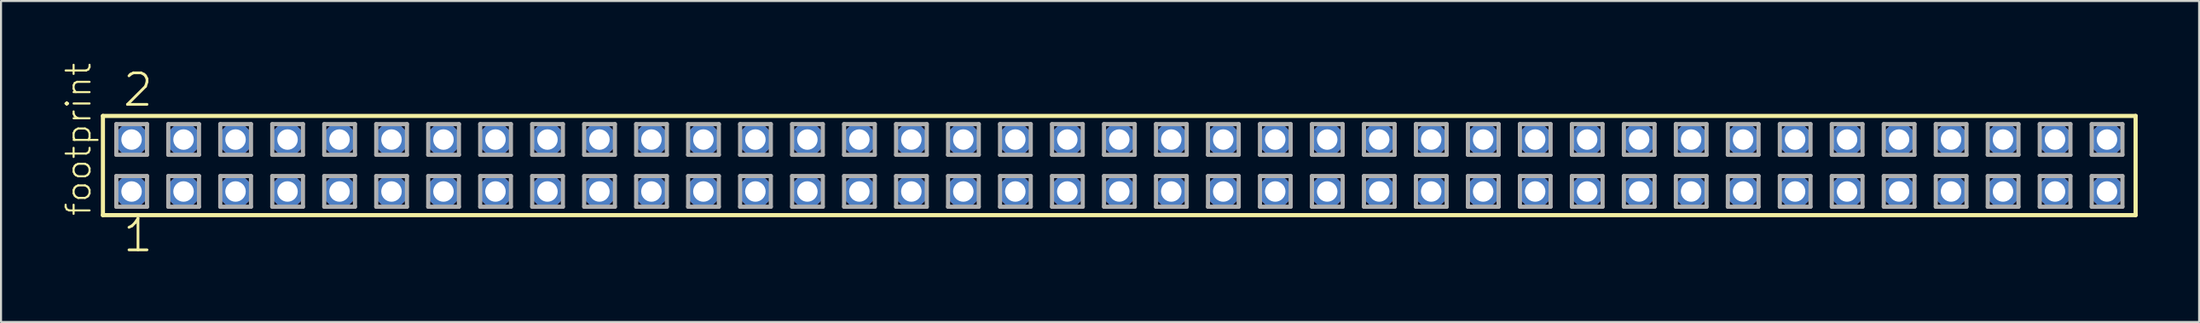
<source format=kicad_pcb>
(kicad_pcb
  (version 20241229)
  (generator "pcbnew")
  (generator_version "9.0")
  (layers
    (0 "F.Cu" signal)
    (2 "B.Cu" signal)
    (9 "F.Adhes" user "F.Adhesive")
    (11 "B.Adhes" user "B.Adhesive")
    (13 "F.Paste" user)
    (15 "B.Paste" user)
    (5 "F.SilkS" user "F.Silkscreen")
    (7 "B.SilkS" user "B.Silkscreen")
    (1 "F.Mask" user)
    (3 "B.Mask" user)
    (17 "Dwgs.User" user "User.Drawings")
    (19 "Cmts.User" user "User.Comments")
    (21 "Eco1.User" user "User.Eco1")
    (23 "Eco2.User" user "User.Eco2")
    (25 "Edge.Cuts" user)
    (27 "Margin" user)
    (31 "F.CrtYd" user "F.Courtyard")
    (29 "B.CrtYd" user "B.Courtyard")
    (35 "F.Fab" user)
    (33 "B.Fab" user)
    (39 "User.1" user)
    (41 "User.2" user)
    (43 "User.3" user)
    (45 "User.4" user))
  (footprint "footprint"
    (layer "F.Cu")
    (at 51.638 5.042)
    (property "Reference" "footprint" (at -50.165 2.54 90) (layer "F.SilkS") (effects (font (size 1.168 1.168) (thickness 0.102)) (justify left bottom)))
    (fp_line (start -49.659 -2.425) (end 49.659 -2.425) (stroke (width 0.203) (type solid)) (layer "F.SilkS"))
    (fp_line (start -49.659 2.425) (end -49.659 -2.425) (stroke (width 0.203) (type solid)) (layer "F.SilkS"))
    (fp_line (start 49.659 -2.425) (end 49.659 2.425) (stroke (width 0.203) (type solid)) (layer "F.SilkS"))
    (fp_line (start 49.659 2.425) (end -49.659 2.425) (stroke (width 0.203) (type solid)) (layer "F.SilkS"))
    (fp_line (start -49.005 -2.025) (end -47.505 -2.025) (stroke (width 0.203) (type solid)) (layer "F.Fab"))
    (fp_line (start -49.005 -0.525) (end -49.005 -2.025) (stroke (width 0.203) (type solid)) (layer "F.Fab"))
    (fp_line (start -49.005 0.515) (end -47.505 0.515) (stroke (width 0.203) (type solid)) (layer "F.Fab"))
    (fp_line (start -49.005 2.015) (end -49.005 0.515) (stroke (width 0.203) (type solid)) (layer "F.Fab"))
    (fp_line (start -47.505 -2.025) (end -47.505 -0.525) (stroke (width 0.203) (type solid)) (layer "F.Fab"))
    (fp_line (start -47.505 -0.525) (end -49.005 -0.525) (stroke (width 0.203) (type solid)) (layer "F.Fab"))
    (fp_line (start -47.505 0.515) (end -47.505 2.015) (stroke (width 0.203) (type solid)) (layer "F.Fab"))
    (fp_line (start -47.505 2.015) (end -49.005 2.015) (stroke (width 0.203) (type solid)) (layer "F.Fab"))
    (fp_line (start -46.465 -2.025) (end -44.965 -2.025) (stroke (width 0.203) (type solid)) (layer "F.Fab"))
    (fp_line (start -46.465 -0.525) (end -46.465 -2.025) (stroke (width 0.203) (type solid)) (layer "F.Fab"))
    (fp_line (start -46.465 0.515) (end -44.965 0.515) (stroke (width 0.203) (type solid)) (layer "F.Fab"))
    (fp_line (start -46.465 2.015) (end -46.465 0.515) (stroke (width 0.203) (type solid)) (layer "F.Fab"))
    (fp_line (start -44.965 -2.025) (end -44.965 -0.525) (stroke (width 0.203) (type solid)) (layer "F.Fab"))
    (fp_line (start -44.965 -0.525) (end -46.465 -0.525) (stroke (width 0.203) (type solid)) (layer "F.Fab"))
    (fp_line (start -44.965 0.515) (end -44.965 2.015) (stroke (width 0.203) (type solid)) (layer "F.Fab"))
    (fp_line (start -44.965 2.015) (end -46.465 2.015) (stroke (width 0.203) (type solid)) (layer "F.Fab"))
    (fp_line (start -43.925 -2.025) (end -42.425 -2.025) (stroke (width 0.203) (type solid)) (layer "F.Fab"))
    (fp_line (start -43.925 -0.525) (end -43.925 -2.025) (stroke (width 0.203) (type solid)) (layer "F.Fab"))
    (fp_line (start -43.925 0.515) (end -42.425 0.515) (stroke (width 0.203) (type solid)) (layer "F.Fab"))
    (fp_line (start -43.925 2.015) (end -43.925 0.515) (stroke (width 0.203) (type solid)) (layer "F.Fab"))
    (fp_line (start -42.425 -2.025) (end -42.425 -0.525) (stroke (width 0.203) (type solid)) (layer "F.Fab"))
    (fp_line (start -42.425 -0.525) (end -43.925 -0.525) (stroke (width 0.203) (type solid)) (layer "F.Fab"))
    (fp_line (start -42.425 0.515) (end -42.425 2.015) (stroke (width 0.203) (type solid)) (layer "F.Fab"))
    (fp_line (start -42.425 2.015) (end -43.925 2.015) (stroke (width 0.203) (type solid)) (layer "F.Fab"))
    (fp_line (start -41.385 -2.025) (end -39.885 -2.025) (stroke (width 0.203) (type solid)) (layer "F.Fab"))
    (fp_line (start -41.385 -0.525) (end -41.385 -2.025) (stroke (width 0.203) (type solid)) (layer "F.Fab"))
    (fp_line (start -41.385 0.515) (end -39.885 0.515) (stroke (width 0.203) (type solid)) (layer "F.Fab"))
    (fp_line (start -41.385 2.015) (end -41.385 0.515) (stroke (width 0.203) (type solid)) (layer "F.Fab"))
    (fp_line (start -39.885 -2.025) (end -39.885 -0.525) (stroke (width 0.203) (type solid)) (layer "F.Fab"))
    (fp_line (start -39.885 -0.525) (end -41.385 -0.525) (stroke (width 0.203) (type solid)) (layer "F.Fab"))
    (fp_line (start -39.885 0.515) (end -39.885 2.015) (stroke (width 0.203) (type solid)) (layer "F.Fab"))
    (fp_line (start -39.885 2.015) (end -41.385 2.015) (stroke (width 0.203) (type solid)) (layer "F.Fab"))
    (fp_line (start -38.845 -2.025) (end -37.345 -2.025) (stroke (width 0.203) (type solid)) (layer "F.Fab"))
    (fp_line (start -38.845 -0.525) (end -38.845 -2.025) (stroke (width 0.203) (type solid)) (layer "F.Fab"))
    (fp_line (start -38.845 0.515) (end -37.345 0.515) (stroke (width 0.203) (type solid)) (layer "F.Fab"))
    (fp_line (start -38.845 2.015) (end -38.845 0.515) (stroke (width 0.203) (type solid)) (layer "F.Fab"))
    (fp_line (start -37.345 -2.025) (end -37.345 -0.525) (stroke (width 0.203) (type solid)) (layer "F.Fab"))
    (fp_line (start -37.345 -0.525) (end -38.845 -0.525) (stroke (width 0.203) (type solid)) (layer "F.Fab"))
    (fp_line (start -37.345 0.515) (end -37.345 2.015) (stroke (width 0.203) (type solid)) (layer "F.Fab"))
    (fp_line (start -37.345 2.015) (end -38.845 2.015) (stroke (width 0.203) (type solid)) (layer "F.Fab"))
    (fp_line (start -36.305 -2.025) (end -34.805 -2.025) (stroke (width 0.203) (type solid)) (layer "F.Fab"))
    (fp_line (start -36.305 -0.525) (end -36.305 -2.025) (stroke (width 0.203) (type solid)) (layer "F.Fab"))
    (fp_line (start -36.305 0.515) (end -34.805 0.515) (stroke (width 0.203) (type solid)) (layer "F.Fab"))
    (fp_line (start -36.305 2.015) (end -36.305 0.515) (stroke (width 0.203) (type solid)) (layer "F.Fab"))
    (fp_line (start -34.805 -2.025) (end -34.805 -0.525) (stroke (width 0.203) (type solid)) (layer "F.Fab"))
    (fp_line (start -34.805 -0.525) (end -36.305 -0.525) (stroke (width 0.203) (type solid)) (layer "F.Fab"))
    (fp_line (start -34.805 0.515) (end -34.805 2.015) (stroke (width 0.203) (type solid)) (layer "F.Fab"))
    (fp_line (start -34.805 2.015) (end -36.305 2.015) (stroke (width 0.203) (type solid)) (layer "F.Fab"))
    (fp_line (start -33.765 -2.025) (end -32.265 -2.025) (stroke (width 0.203) (type solid)) (layer "F.Fab"))
    (fp_line (start -33.765 -0.525) (end -33.765 -2.025) (stroke (width 0.203) (type solid)) (layer "F.Fab"))
    (fp_line (start -33.765 0.515) (end -32.265 0.515) (stroke (width 0.203) (type solid)) (layer "F.Fab"))
    (fp_line (start -33.765 2.015) (end -33.765 0.515) (stroke (width 0.203) (type solid)) (layer "F.Fab"))
    (fp_line (start -32.265 -2.025) (end -32.265 -0.525) (stroke (width 0.203) (type solid)) (layer "F.Fab"))
    (fp_line (start -32.265 -0.525) (end -33.765 -0.525) (stroke (width 0.203) (type solid)) (layer "F.Fab"))
    (fp_line (start -32.265 0.515) (end -32.265 2.015) (stroke (width 0.203) (type solid)) (layer "F.Fab"))
    (fp_line (start -32.265 2.015) (end -33.765 2.015) (stroke (width 0.203) (type solid)) (layer "F.Fab"))
    (fp_line (start -31.225 -2.025) (end -29.725 -2.025) (stroke (width 0.203) (type solid)) (layer "F.Fab"))
    (fp_line (start -31.225 -0.525) (end -31.225 -2.025) (stroke (width 0.203) (type solid)) (layer "F.Fab"))
    (fp_line (start -31.225 0.515) (end -29.725 0.515) (stroke (width 0.203) (type solid)) (layer "F.Fab"))
    (fp_line (start -31.225 2.015) (end -31.225 0.515) (stroke (width 0.203) (type solid)) (layer "F.Fab"))
    (fp_line (start -29.725 -2.025) (end -29.725 -0.525) (stroke (width 0.203) (type solid)) (layer "F.Fab"))
    (fp_line (start -29.725 -0.525) (end -31.225 -0.525) (stroke (width 0.203) (type solid)) (layer "F.Fab"))
    (fp_line (start -29.725 0.515) (end -29.725 2.015) (stroke (width 0.203) (type solid)) (layer "F.Fab"))
    (fp_line (start -29.725 2.015) (end -31.225 2.015) (stroke (width 0.203) (type solid)) (layer "F.Fab"))
    (fp_line (start -28.685 -2.025) (end -27.185 -2.025) (stroke (width 0.203) (type solid)) (layer "F.Fab"))
    (fp_line (start -28.685 -0.525) (end -28.685 -2.025) (stroke (width 0.203) (type solid)) (layer "F.Fab"))
    (fp_line (start -28.685 0.515) (end -27.185 0.515) (stroke (width 0.203) (type solid)) (layer "F.Fab"))
    (fp_line (start -28.685 2.015) (end -28.685 0.515) (stroke (width 0.203) (type solid)) (layer "F.Fab"))
    (fp_line (start -27.185 -2.025) (end -27.185 -0.525) (stroke (width 0.203) (type solid)) (layer "F.Fab"))
    (fp_line (start -27.185 -0.525) (end -28.685 -0.525) (stroke (width 0.203) (type solid)) (layer "F.Fab"))
    (fp_line (start -27.185 0.515) (end -27.185 2.015) (stroke (width 0.203) (type solid)) (layer "F.Fab"))
    (fp_line (start -27.185 2.015) (end -28.685 2.015) (stroke (width 0.203) (type solid)) (layer "F.Fab"))
    (fp_line (start -26.145 -2.025) (end -24.645 -2.025) (stroke (width 0.203) (type solid)) (layer "F.Fab"))
    (fp_line (start -26.145 -0.525) (end -26.145 -2.025) (stroke (width 0.203) (type solid)) (layer "F.Fab"))
    (fp_line (start -26.145 0.515) (end -24.645 0.515) (stroke (width 0.203) (type solid)) (layer "F.Fab"))
    (fp_line (start -26.145 2.015) (end -26.145 0.515) (stroke (width 0.203) (type solid)) (layer "F.Fab"))
    (fp_line (start -24.645 -2.025) (end -24.645 -0.525) (stroke (width 0.203) (type solid)) (layer "F.Fab"))
    (fp_line (start -24.645 -0.525) (end -26.145 -0.525) (stroke (width 0.203) (type solid)) (layer "F.Fab"))
    (fp_line (start -24.645 0.515) (end -24.645 2.015) (stroke (width 0.203) (type solid)) (layer "F.Fab"))
    (fp_line (start -24.645 2.015) (end -26.145 2.015) (stroke (width 0.203) (type solid)) (layer "F.Fab"))
    (fp_line (start -23.605 -2.025) (end -22.105 -2.025) (stroke (width 0.203) (type solid)) (layer "F.Fab"))
    (fp_line (start -23.605 -0.525) (end -23.605 -2.025) (stroke (width 0.203) (type solid)) (layer "F.Fab"))
    (fp_line (start -23.605 0.515) (end -22.105 0.515) (stroke (width 0.203) (type solid)) (layer "F.Fab"))
    (fp_line (start -23.605 2.015) (end -23.605 0.515) (stroke (width 0.203) (type solid)) (layer "F.Fab"))
    (fp_line (start -22.105 -2.025) (end -22.105 -0.525) (stroke (width 0.203) (type solid)) (layer "F.Fab"))
    (fp_line (start -22.105 -0.525) (end -23.605 -0.525) (stroke (width 0.203) (type solid)) (layer "F.Fab"))
    (fp_line (start -22.105 0.515) (end -22.105 2.015) (stroke (width 0.203) (type solid)) (layer "F.Fab"))
    (fp_line (start -22.105 2.015) (end -23.605 2.015) (stroke (width 0.203) (type solid)) (layer "F.Fab"))
    (fp_line (start -21.065 -2.025) (end -19.565 -2.025) (stroke (width 0.203) (type solid)) (layer "F.Fab"))
    (fp_line (start -21.065 -0.525) (end -21.065 -2.025) (stroke (width 0.203) (type solid)) (layer "F.Fab"))
    (fp_line (start -21.065 0.515) (end -19.565 0.515) (stroke (width 0.203) (type solid)) (layer "F.Fab"))
    (fp_line (start -21.065 2.015) (end -21.065 0.515) (stroke (width 0.203) (type solid)) (layer "F.Fab"))
    (fp_line (start -19.565 -2.025) (end -19.565 -0.525) (stroke (width 0.203) (type solid)) (layer "F.Fab"))
    (fp_line (start -19.565 -0.525) (end -21.065 -0.525) (stroke (width 0.203) (type solid)) (layer "F.Fab"))
    (fp_line (start -19.565 0.515) (end -19.565 2.015) (stroke (width 0.203) (type solid)) (layer "F.Fab"))
    (fp_line (start -19.565 2.015) (end -21.065 2.015) (stroke (width 0.203) (type solid)) (layer "F.Fab"))
    (fp_line (start -18.525 -2.025) (end -17.025 -2.025) (stroke (width 0.203) (type solid)) (layer "F.Fab"))
    (fp_line (start -18.525 -0.525) (end -18.525 -2.025) (stroke (width 0.203) (type solid)) (layer "F.Fab"))
    (fp_line (start -18.525 0.515) (end -17.025 0.515) (stroke (width 0.203) (type solid)) (layer "F.Fab"))
    (fp_line (start -18.525 2.015) (end -18.525 0.515) (stroke (width 0.203) (type solid)) (layer "F.Fab"))
    (fp_line (start -17.025 -2.025) (end -17.025 -0.525) (stroke (width 0.203) (type solid)) (layer "F.Fab"))
    (fp_line (start -17.025 -0.525) (end -18.525 -0.525) (stroke (width 0.203) (type solid)) (layer "F.Fab"))
    (fp_line (start -17.025 0.515) (end -17.025 2.015) (stroke (width 0.203) (type solid)) (layer "F.Fab"))
    (fp_line (start -17.025 2.015) (end -18.525 2.015) (stroke (width 0.203) (type solid)) (layer "F.Fab"))
    (fp_line (start -15.985 -2.025) (end -14.485 -2.025) (stroke (width 0.203) (type solid)) (layer "F.Fab"))
    (fp_line (start -15.985 -0.525) (end -15.985 -2.025) (stroke (width 0.203) (type solid)) (layer "F.Fab"))
    (fp_line (start -15.985 0.515) (end -14.485 0.515) (stroke (width 0.203) (type solid)) (layer "F.Fab"))
    (fp_line (start -15.985 2.015) (end -15.985 0.515) (stroke (width 0.203) (type solid)) (layer "F.Fab"))
    (fp_line (start -14.485 -2.025) (end -14.485 -0.525) (stroke (width 0.203) (type solid)) (layer "F.Fab"))
    (fp_line (start -14.485 -0.525) (end -15.985 -0.525) (stroke (width 0.203) (type solid)) (layer "F.Fab"))
    (fp_line (start -14.485 0.515) (end -14.485 2.015) (stroke (width 0.203) (type solid)) (layer "F.Fab"))
    (fp_line (start -14.485 2.015) (end -15.985 2.015) (stroke (width 0.203) (type solid)) (layer "F.Fab"))
    (fp_line (start -13.445 -2.025) (end -11.945 -2.025) (stroke (width 0.203) (type solid)) (layer "F.Fab"))
    (fp_line (start -13.445 -0.525) (end -13.445 -2.025) (stroke (width 0.203) (type solid)) (layer "F.Fab"))
    (fp_line (start -13.445 0.515) (end -11.945 0.515) (stroke (width 0.203) (type solid)) (layer "F.Fab"))
    (fp_line (start -13.445 2.015) (end -13.445 0.515) (stroke (width 0.203) (type solid)) (layer "F.Fab"))
    (fp_line (start -11.945 -2.025) (end -11.945 -0.525) (stroke (width 0.203) (type solid)) (layer "F.Fab"))
    (fp_line (start -11.945 -0.525) (end -13.445 -0.525) (stroke (width 0.203) (type solid)) (layer "F.Fab"))
    (fp_line (start -11.945 0.515) (end -11.945 2.015) (stroke (width 0.203) (type solid)) (layer "F.Fab"))
    (fp_line (start -11.945 2.015) (end -13.445 2.015) (stroke (width 0.203) (type solid)) (layer "F.Fab"))
    (fp_line (start -10.905 -2.025) (end -9.405 -2.025) (stroke (width 0.203) (type solid)) (layer "F.Fab"))
    (fp_line (start -10.905 -0.525) (end -10.905 -2.025) (stroke (width 0.203) (type solid)) (layer "F.Fab"))
    (fp_line (start -10.905 0.515) (end -9.405 0.515) (stroke (width 0.203) (type solid)) (layer "F.Fab"))
    (fp_line (start -10.905 2.015) (end -10.905 0.515) (stroke (width 0.203) (type solid)) (layer "F.Fab"))
    (fp_line (start -9.405 -2.025) (end -9.405 -0.525) (stroke (width 0.203) (type solid)) (layer "F.Fab"))
    (fp_line (start -9.405 -0.525) (end -10.905 -0.525) (stroke (width 0.203) (type solid)) (layer "F.Fab"))
    (fp_line (start -9.405 0.515) (end -9.405 2.015) (stroke (width 0.203) (type solid)) (layer "F.Fab"))
    (fp_line (start -9.405 2.015) (end -10.905 2.015) (stroke (width 0.203) (type solid)) (layer "F.Fab"))
    (fp_line (start -8.365 -2.025) (end -6.865 -2.025) (stroke (width 0.203) (type solid)) (layer "F.Fab"))
    (fp_line (start -8.365 -0.525) (end -8.365 -2.025) (stroke (width 0.203) (type solid)) (layer "F.Fab"))
    (fp_line (start -8.365 0.515) (end -6.865 0.515) (stroke (width 0.203) (type solid)) (layer "F.Fab"))
    (fp_line (start -8.365 2.015) (end -8.365 0.515) (stroke (width 0.203) (type solid)) (layer "F.Fab"))
    (fp_line (start -6.865 -2.025) (end -6.865 -0.525) (stroke (width 0.203) (type solid)) (layer "F.Fab"))
    (fp_line (start -6.865 -0.525) (end -8.365 -0.525) (stroke (width 0.203) (type solid)) (layer "F.Fab"))
    (fp_line (start -6.865 0.515) (end -6.865 2.015) (stroke (width 0.203) (type solid)) (layer "F.Fab"))
    (fp_line (start -6.865 2.015) (end -8.365 2.015) (stroke (width 0.203) (type solid)) (layer "F.Fab"))
    (fp_line (start -5.825 -2.025) (end -4.325 -2.025) (stroke (width 0.203) (type solid)) (layer "F.Fab"))
    (fp_line (start -5.825 -0.525) (end -5.825 -2.025) (stroke (width 0.203) (type solid)) (layer "F.Fab"))
    (fp_line (start -5.825 0.515) (end -4.325 0.515) (stroke (width 0.203) (type solid)) (layer "F.Fab"))
    (fp_line (start -5.825 2.015) (end -5.825 0.515) (stroke (width 0.203) (type solid)) (layer "F.Fab"))
    (fp_line (start -4.325 -2.025) (end -4.325 -0.525) (stroke (width 0.203) (type solid)) (layer "F.Fab"))
    (fp_line (start -4.325 -0.525) (end -5.825 -0.525) (stroke (width 0.203) (type solid)) (layer "F.Fab"))
    (fp_line (start -4.325 0.515) (end -4.325 2.015) (stroke (width 0.203) (type solid)) (layer "F.Fab"))
    (fp_line (start -4.325 2.015) (end -5.825 2.015) (stroke (width 0.203) (type solid)) (layer "F.Fab"))
    (fp_line (start -3.285 -2.025) (end -1.785 -2.025) (stroke (width 0.203) (type solid)) (layer "F.Fab"))
    (fp_line (start -3.285 -0.525) (end -3.285 -2.025) (stroke (width 0.203) (type solid)) (layer "F.Fab"))
    (fp_line (start -3.285 0.515) (end -1.785 0.515) (stroke (width 0.203) (type solid)) (layer "F.Fab"))
    (fp_line (start -3.285 2.015) (end -3.285 0.515) (stroke (width 0.203) (type solid)) (layer "F.Fab"))
    (fp_line (start -1.785 -2.025) (end -1.785 -0.525) (stroke (width 0.203) (type solid)) (layer "F.Fab"))
    (fp_line (start -1.785 -0.525) (end -3.285 -0.525) (stroke (width 0.203) (type solid)) (layer "F.Fab"))
    (fp_line (start -1.785 0.515) (end -1.785 2.015) (stroke (width 0.203) (type solid)) (layer "F.Fab"))
    (fp_line (start -1.785 2.015) (end -3.285 2.015) (stroke (width 0.203) (type solid)) (layer "F.Fab"))
    (fp_line (start -0.745 -2.025) (end 0.755 -2.025) (stroke (width 0.203) (type solid)) (layer "F.Fab"))
    (fp_line (start -0.745 -0.525) (end -0.745 -2.025) (stroke (width 0.203) (type solid)) (layer "F.Fab"))
    (fp_line (start -0.745 0.515) (end 0.755 0.515) (stroke (width 0.203) (type solid)) (layer "F.Fab"))
    (fp_line (start -0.745 2.015) (end -0.745 0.515) (stroke (width 0.203) (type solid)) (layer "F.Fab"))
    (fp_line (start 0.755 -2.025) (end 0.755 -0.525) (stroke (width 0.203) (type solid)) (layer "F.Fab"))
    (fp_line (start 0.755 -0.525) (end -0.745 -0.525) (stroke (width 0.203) (type solid)) (layer "F.Fab"))
    (fp_line (start 0.755 0.515) (end 0.755 2.015) (stroke (width 0.203) (type solid)) (layer "F.Fab"))
    (fp_line (start 0.755 2.015) (end -0.745 2.015) (stroke (width 0.203) (type solid)) (layer "F.Fab"))
    (fp_line (start 1.795 -2.025) (end 3.295 -2.025) (stroke (width 0.203) (type solid)) (layer "F.Fab"))
    (fp_line (start 1.795 -0.525) (end 1.795 -2.025) (stroke (width 0.203) (type solid)) (layer "F.Fab"))
    (fp_line (start 1.795 0.515) (end 3.295 0.515) (stroke (width 0.203) (type solid)) (layer "F.Fab"))
    (fp_line (start 1.795 2.015) (end 1.795 0.515) (stroke (width 0.203) (type solid)) (layer "F.Fab"))
    (fp_line (start 3.295 -2.025) (end 3.295 -0.525) (stroke (width 0.203) (type solid)) (layer "F.Fab"))
    (fp_line (start 3.295 -0.525) (end 1.795 -0.525) (stroke (width 0.203) (type solid)) (layer "F.Fab"))
    (fp_line (start 3.295 0.515) (end 3.295 2.015) (stroke (width 0.203) (type solid)) (layer "F.Fab"))
    (fp_line (start 3.295 2.015) (end 1.795 2.015) (stroke (width 0.203) (type solid)) (layer "F.Fab"))
    (fp_line (start 4.335 -2.025) (end 5.835 -2.025) (stroke (width 0.203) (type solid)) (layer "F.Fab"))
    (fp_line (start 4.335 -0.525) (end 4.335 -2.025) (stroke (width 0.203) (type solid)) (layer "F.Fab"))
    (fp_line (start 4.335 0.515) (end 5.835 0.515) (stroke (width 0.203) (type solid)) (layer "F.Fab"))
    (fp_line (start 4.335 2.015) (end 4.335 0.515) (stroke (width 0.203) (type solid)) (layer "F.Fab"))
    (fp_line (start 5.835 -2.025) (end 5.835 -0.525) (stroke (width 0.203) (type solid)) (layer "F.Fab"))
    (fp_line (start 5.835 -0.525) (end 4.335 -0.525) (stroke (width 0.203) (type solid)) (layer "F.Fab"))
    (fp_line (start 5.835 0.515) (end 5.835 2.015) (stroke (width 0.203) (type solid)) (layer "F.Fab"))
    (fp_line (start 5.835 2.015) (end 4.335 2.015) (stroke (width 0.203) (type solid)) (layer "F.Fab"))
    (fp_line (start 6.875 -2.025) (end 8.375 -2.025) (stroke (width 0.203) (type solid)) (layer "F.Fab"))
    (fp_line (start 6.875 -0.525) (end 6.875 -2.025) (stroke (width 0.203) (type solid)) (layer "F.Fab"))
    (fp_line (start 6.875 0.515) (end 8.375 0.515) (stroke (width 0.203) (type solid)) (layer "F.Fab"))
    (fp_line (start 6.875 2.015) (end 6.875 0.515) (stroke (width 0.203) (type solid)) (layer "F.Fab"))
    (fp_line (start 8.375 -2.025) (end 8.375 -0.525) (stroke (width 0.203) (type solid)) (layer "F.Fab"))
    (fp_line (start 8.375 -0.525) (end 6.875 -0.525) (stroke (width 0.203) (type solid)) (layer "F.Fab"))
    (fp_line (start 8.375 0.515) (end 8.375 2.015) (stroke (width 0.203) (type solid)) (layer "F.Fab"))
    (fp_line (start 8.375 2.015) (end 6.875 2.015) (stroke (width 0.203) (type solid)) (layer "F.Fab"))
    (fp_line (start 9.415 -2.025) (end 10.915 -2.025) (stroke (width 0.203) (type solid)) (layer "F.Fab"))
    (fp_line (start 9.415 -0.525) (end 9.415 -2.025) (stroke (width 0.203) (type solid)) (layer "F.Fab"))
    (fp_line (start 9.415 0.515) (end 10.915 0.515) (stroke (width 0.203) (type solid)) (layer "F.Fab"))
    (fp_line (start 9.415 2.015) (end 9.415 0.515) (stroke (width 0.203) (type solid)) (layer "F.Fab"))
    (fp_line (start 10.915 -2.025) (end 10.915 -0.525) (stroke (width 0.203) (type solid)) (layer "F.Fab"))
    (fp_line (start 10.915 -0.525) (end 9.415 -0.525) (stroke (width 0.203) (type solid)) (layer "F.Fab"))
    (fp_line (start 10.915 0.515) (end 10.915 2.015) (stroke (width 0.203) (type solid)) (layer "F.Fab"))
    (fp_line (start 10.915 2.015) (end 9.415 2.015) (stroke (width 0.203) (type solid)) (layer "F.Fab"))
    (fp_line (start 11.955 -2.025) (end 13.455 -2.025) (stroke (width 0.203) (type solid)) (layer "F.Fab"))
    (fp_line (start 11.955 -0.525) (end 11.955 -2.025) (stroke (width 0.203) (type solid)) (layer "F.Fab"))
    (fp_line (start 11.955 0.515) (end 13.455 0.515) (stroke (width 0.203) (type solid)) (layer "F.Fab"))
    (fp_line (start 11.955 2.015) (end 11.955 0.515) (stroke (width 0.203) (type solid)) (layer "F.Fab"))
    (fp_line (start 13.455 -2.025) (end 13.455 -0.525) (stroke (width 0.203) (type solid)) (layer "F.Fab"))
    (fp_line (start 13.455 -0.525) (end 11.955 -0.525) (stroke (width 0.203) (type solid)) (layer "F.Fab"))
    (fp_line (start 13.455 0.515) (end 13.455 2.015) (stroke (width 0.203) (type solid)) (layer "F.Fab"))
    (fp_line (start 13.455 2.015) (end 11.955 2.015) (stroke (width 0.203) (type solid)) (layer "F.Fab"))
    (fp_line (start 14.495 -2.025) (end 15.995 -2.025) (stroke (width 0.203) (type solid)) (layer "F.Fab"))
    (fp_line (start 14.495 -0.525) (end 14.495 -2.025) (stroke (width 0.203) (type solid)) (layer "F.Fab"))
    (fp_line (start 14.495 0.515) (end 15.995 0.515) (stroke (width 0.203) (type solid)) (layer "F.Fab"))
    (fp_line (start 14.495 2.015) (end 14.495 0.515) (stroke (width 0.203) (type solid)) (layer "F.Fab"))
    (fp_line (start 15.995 -2.025) (end 15.995 -0.525) (stroke (width 0.203) (type solid)) (layer "F.Fab"))
    (fp_line (start 15.995 -0.525) (end 14.495 -0.525) (stroke (width 0.203) (type solid)) (layer "F.Fab"))
    (fp_line (start 15.995 0.515) (end 15.995 2.015) (stroke (width 0.203) (type solid)) (layer "F.Fab"))
    (fp_line (start 15.995 2.015) (end 14.495 2.015) (stroke (width 0.203) (type solid)) (layer "F.Fab"))
    (fp_line (start 17.035 -2.025) (end 18.535 -2.025) (stroke (width 0.203) (type solid)) (layer "F.Fab"))
    (fp_line (start 17.035 -0.525) (end 17.035 -2.025) (stroke (width 0.203) (type solid)) (layer "F.Fab"))
    (fp_line (start 17.035 0.515) (end 18.535 0.515) (stroke (width 0.203) (type solid)) (layer "F.Fab"))
    (fp_line (start 17.035 2.015) (end 17.035 0.515) (stroke (width 0.203) (type solid)) (layer "F.Fab"))
    (fp_line (start 18.535 -2.025) (end 18.535 -0.525) (stroke (width 0.203) (type solid)) (layer "F.Fab"))
    (fp_line (start 18.535 -0.525) (end 17.035 -0.525) (stroke (width 0.203) (type solid)) (layer "F.Fab"))
    (fp_line (start 18.535 0.515) (end 18.535 2.015) (stroke (width 0.203) (type solid)) (layer "F.Fab"))
    (fp_line (start 18.535 2.015) (end 17.035 2.015) (stroke (width 0.203) (type solid)) (layer "F.Fab"))
    (fp_line (start 19.575 -2.025) (end 21.075 -2.025) (stroke (width 0.203) (type solid)) (layer "F.Fab"))
    (fp_line (start 19.575 -0.525) (end 19.575 -2.025) (stroke (width 0.203) (type solid)) (layer "F.Fab"))
    (fp_line (start 19.575 0.515) (end 21.075 0.515) (stroke (width 0.203) (type solid)) (layer "F.Fab"))
    (fp_line (start 19.575 2.015) (end 19.575 0.515) (stroke (width 0.203) (type solid)) (layer "F.Fab"))
    (fp_line (start 21.075 -2.025) (end 21.075 -0.525) (stroke (width 0.203) (type solid)) (layer "F.Fab"))
    (fp_line (start 21.075 -0.525) (end 19.575 -0.525) (stroke (width 0.203) (type solid)) (layer "F.Fab"))
    (fp_line (start 21.075 0.515) (end 21.075 2.015) (stroke (width 0.203) (type solid)) (layer "F.Fab"))
    (fp_line (start 21.075 2.015) (end 19.575 2.015) (stroke (width 0.203) (type solid)) (layer "F.Fab"))
    (fp_line (start 22.115 -2.025) (end 23.615 -2.025) (stroke (width 0.203) (type solid)) (layer "F.Fab"))
    (fp_line (start 22.115 -0.525) (end 22.115 -2.025) (stroke (width 0.203) (type solid)) (layer "F.Fab"))
    (fp_line (start 22.115 0.515) (end 23.615 0.515) (stroke (width 0.203) (type solid)) (layer "F.Fab"))
    (fp_line (start 22.115 2.015) (end 22.115 0.515) (stroke (width 0.203) (type solid)) (layer "F.Fab"))
    (fp_line (start 23.615 -2.025) (end 23.615 -0.525) (stroke (width 0.203) (type solid)) (layer "F.Fab"))
    (fp_line (start 23.615 -0.525) (end 22.115 -0.525) (stroke (width 0.203) (type solid)) (layer "F.Fab"))
    (fp_line (start 23.615 0.515) (end 23.615 2.015) (stroke (width 0.203) (type solid)) (layer "F.Fab"))
    (fp_line (start 23.615 2.015) (end 22.115 2.015) (stroke (width 0.203) (type solid)) (layer "F.Fab"))
    (fp_line (start 24.655 -2.025) (end 26.155 -2.025) (stroke (width 0.203) (type solid)) (layer "F.Fab"))
    (fp_line (start 24.655 -0.525) (end 24.655 -2.025) (stroke (width 0.203) (type solid)) (layer "F.Fab"))
    (fp_line (start 24.655 0.515) (end 26.155 0.515) (stroke (width 0.203) (type solid)) (layer "F.Fab"))
    (fp_line (start 24.655 2.015) (end 24.655 0.515) (stroke (width 0.203) (type solid)) (layer "F.Fab"))
    (fp_line (start 26.155 -2.025) (end 26.155 -0.525) (stroke (width 0.203) (type solid)) (layer "F.Fab"))
    (fp_line (start 26.155 -0.525) (end 24.655 -0.525) (stroke (width 0.203) (type solid)) (layer "F.Fab"))
    (fp_line (start 26.155 0.515) (end 26.155 2.015) (stroke (width 0.203) (type solid)) (layer "F.Fab"))
    (fp_line (start 26.155 2.015) (end 24.655 2.015) (stroke (width 0.203) (type solid)) (layer "F.Fab"))
    (fp_line (start 27.195 -2.025) (end 28.695 -2.025) (stroke (width 0.203) (type solid)) (layer "F.Fab"))
    (fp_line (start 27.195 -0.525) (end 27.195 -2.025) (stroke (width 0.203) (type solid)) (layer "F.Fab"))
    (fp_line (start 27.195 0.515) (end 28.695 0.515) (stroke (width 0.203) (type solid)) (layer "F.Fab"))
    (fp_line (start 27.195 2.015) (end 27.195 0.515) (stroke (width 0.203) (type solid)) (layer "F.Fab"))
    (fp_line (start 28.695 -2.025) (end 28.695 -0.525) (stroke (width 0.203) (type solid)) (layer "F.Fab"))
    (fp_line (start 28.695 -0.525) (end 27.195 -0.525) (stroke (width 0.203) (type solid)) (layer "F.Fab"))
    (fp_line (start 28.695 0.515) (end 28.695 2.015) (stroke (width 0.203) (type solid)) (layer "F.Fab"))
    (fp_line (start 28.695 2.015) (end 27.195 2.015) (stroke (width 0.203) (type solid)) (layer "F.Fab"))
    (fp_line (start 29.735 -2.025) (end 31.235 -2.025) (stroke (width 0.203) (type solid)) (layer "F.Fab"))
    (fp_line (start 29.735 -0.525) (end 29.735 -2.025) (stroke (width 0.203) (type solid)) (layer "F.Fab"))
    (fp_line (start 29.735 0.515) (end 31.235 0.515) (stroke (width 0.203) (type solid)) (layer "F.Fab"))
    (fp_line (start 29.735 2.015) (end 29.735 0.515) (stroke (width 0.203) (type solid)) (layer "F.Fab"))
    (fp_line (start 31.235 -2.025) (end 31.235 -0.525) (stroke (width 0.203) (type solid)) (layer "F.Fab"))
    (fp_line (start 31.235 -0.525) (end 29.735 -0.525) (stroke (width 0.203) (type solid)) (layer "F.Fab"))
    (fp_line (start 31.235 0.515) (end 31.235 2.015) (stroke (width 0.203) (type solid)) (layer "F.Fab"))
    (fp_line (start 31.235 2.015) (end 29.735 2.015) (stroke (width 0.203) (type solid)) (layer "F.Fab"))
    (fp_line (start 32.275 -2.025) (end 33.775 -2.025) (stroke (width 0.203) (type solid)) (layer "F.Fab"))
    (fp_line (start 32.275 -0.525) (end 32.275 -2.025) (stroke (width 0.203) (type solid)) (layer "F.Fab"))
    (fp_line (start 32.275 0.515) (end 33.775 0.515) (stroke (width 0.203) (type solid)) (layer "F.Fab"))
    (fp_line (start 32.275 2.015) (end 32.275 0.515) (stroke (width 0.203) (type solid)) (layer "F.Fab"))
    (fp_line (start 33.775 -2.025) (end 33.775 -0.525) (stroke (width 0.203) (type solid)) (layer "F.Fab"))
    (fp_line (start 33.775 -0.525) (end 32.275 -0.525) (stroke (width 0.203) (type solid)) (layer "F.Fab"))
    (fp_line (start 33.775 0.515) (end 33.775 2.015) (stroke (width 0.203) (type solid)) (layer "F.Fab"))
    (fp_line (start 33.775 2.015) (end 32.275 2.015) (stroke (width 0.203) (type solid)) (layer "F.Fab"))
    (fp_line (start 34.815 -2.025) (end 36.315 -2.025) (stroke (width 0.203) (type solid)) (layer "F.Fab"))
    (fp_line (start 34.815 -0.525) (end 34.815 -2.025) (stroke (width 0.203) (type solid)) (layer "F.Fab"))
    (fp_line (start 34.815 0.515) (end 36.315 0.515) (stroke (width 0.203) (type solid)) (layer "F.Fab"))
    (fp_line (start 34.815 2.015) (end 34.815 0.515) (stroke (width 0.203) (type solid)) (layer "F.Fab"))
    (fp_line (start 36.315 -2.025) (end 36.315 -0.525) (stroke (width 0.203) (type solid)) (layer "F.Fab"))
    (fp_line (start 36.315 -0.525) (end 34.815 -0.525) (stroke (width 0.203) (type solid)) (layer "F.Fab"))
    (fp_line (start 36.315 0.515) (end 36.315 2.015) (stroke (width 0.203) (type solid)) (layer "F.Fab"))
    (fp_line (start 36.315 2.015) (end 34.815 2.015) (stroke (width 0.203) (type solid)) (layer "F.Fab"))
    (fp_line (start 37.355 -2.025) (end 38.855 -2.025) (stroke (width 0.203) (type solid)) (layer "F.Fab"))
    (fp_line (start 37.355 -0.525) (end 37.355 -2.025) (stroke (width 0.203) (type solid)) (layer "F.Fab"))
    (fp_line (start 37.355 0.515) (end 38.855 0.515) (stroke (width 0.203) (type solid)) (layer "F.Fab"))
    (fp_line (start 37.355 2.015) (end 37.355 0.515) (stroke (width 0.203) (type solid)) (layer "F.Fab"))
    (fp_line (start 38.855 -2.025) (end 38.855 -0.525) (stroke (width 0.203) (type solid)) (layer "F.Fab"))
    (fp_line (start 38.855 -0.525) (end 37.355 -0.525) (stroke (width 0.203) (type solid)) (layer "F.Fab"))
    (fp_line (start 38.855 0.515) (end 38.855 2.015) (stroke (width 0.203) (type solid)) (layer "F.Fab"))
    (fp_line (start 38.855 2.015) (end 37.355 2.015) (stroke (width 0.203) (type solid)) (layer "F.Fab"))
    (fp_line (start 39.895 -2.025) (end 41.395 -2.025) (stroke (width 0.203) (type solid)) (layer "F.Fab"))
    (fp_line (start 39.895 -0.525) (end 39.895 -2.025) (stroke (width 0.203) (type solid)) (layer "F.Fab"))
    (fp_line (start 39.895 0.515) (end 41.395 0.515) (stroke (width 0.203) (type solid)) (layer "F.Fab"))
    (fp_line (start 39.895 2.015) (end 39.895 0.515) (stroke (width 0.203) (type solid)) (layer "F.Fab"))
    (fp_line (start 41.395 -2.025) (end 41.395 -0.525) (stroke (width 0.203) (type solid)) (layer "F.Fab"))
    (fp_line (start 41.395 -0.525) (end 39.895 -0.525) (stroke (width 0.203) (type solid)) (layer "F.Fab"))
    (fp_line (start 41.395 0.515) (end 41.395 2.015) (stroke (width 0.203) (type solid)) (layer "F.Fab"))
    (fp_line (start 41.395 2.015) (end 39.895 2.015) (stroke (width 0.203) (type solid)) (layer "F.Fab"))
    (fp_line (start 42.435 -2.025) (end 43.935 -2.025) (stroke (width 0.203) (type solid)) (layer "F.Fab"))
    (fp_line (start 42.435 -0.525) (end 42.435 -2.025) (stroke (width 0.203) (type solid)) (layer "F.Fab"))
    (fp_line (start 42.435 0.515) (end 43.935 0.515) (stroke (width 0.203) (type solid)) (layer "F.Fab"))
    (fp_line (start 42.435 2.015) (end 42.435 0.515) (stroke (width 0.203) (type solid)) (layer "F.Fab"))
    (fp_line (start 43.935 -2.025) (end 43.935 -0.525) (stroke (width 0.203) (type solid)) (layer "F.Fab"))
    (fp_line (start 43.935 -0.525) (end 42.435 -0.525) (stroke (width 0.203) (type solid)) (layer "F.Fab"))
    (fp_line (start 43.935 0.515) (end 43.935 2.015) (stroke (width 0.203) (type solid)) (layer "F.Fab"))
    (fp_line (start 43.935 2.015) (end 42.435 2.015) (stroke (width 0.203) (type solid)) (layer "F.Fab"))
    (fp_line (start 44.975 -2.025) (end 46.475 -2.025) (stroke (width 0.203) (type solid)) (layer "F.Fab"))
    (fp_line (start 44.975 -0.525) (end 44.975 -2.025) (stroke (width 0.203) (type solid)) (layer "F.Fab"))
    (fp_line (start 44.975 0.515) (end 46.475 0.515) (stroke (width 0.203) (type solid)) (layer "F.Fab"))
    (fp_line (start 44.975 2.015) (end 44.975 0.515) (stroke (width 0.203) (type solid)) (layer "F.Fab"))
    (fp_line (start 46.475 -2.025) (end 46.475 -0.525) (stroke (width 0.203) (type solid)) (layer "F.Fab"))
    (fp_line (start 46.475 -0.525) (end 44.975 -0.525) (stroke (width 0.203) (type solid)) (layer "F.Fab"))
    (fp_line (start 46.475 0.515) (end 46.475 2.015) (stroke (width 0.203) (type solid)) (layer "F.Fab"))
    (fp_line (start 46.475 2.015) (end 44.975 2.015) (stroke (width 0.203) (type solid)) (layer "F.Fab"))
    (fp_line (start 47.515 -2.025) (end 49.015 -2.025) (stroke (width 0.203) (type solid)) (layer "F.Fab"))
    (fp_line (start 47.515 -0.525) (end 47.515 -2.025) (stroke (width 0.203) (type solid)) (layer "F.Fab"))
    (fp_line (start 47.515 0.515) (end 49.015 0.515) (stroke (width 0.203) (type solid)) (layer "F.Fab"))
    (fp_line (start 47.515 2.015) (end 47.515 0.515) (stroke (width 0.203) (type solid)) (layer "F.Fab"))
    (fp_line (start 49.015 -2.025) (end 49.015 -0.525) (stroke (width 0.203) (type solid)) (layer "F.Fab"))
    (fp_line (start 49.015 -0.525) (end 47.515 -0.525) (stroke (width 0.203) (type solid)) (layer "F.Fab"))
    (fp_line (start 49.015 0.515) (end 49.015 2.015) (stroke (width 0.203) (type solid)) (layer "F.Fab"))
    (fp_line (start 49.015 2.015) (end 47.515 2.015) (stroke (width 0.203) (type solid)) (layer "F.Fab"))
    (fp_text user "1" (at -48.768 4.318 0) (layer "F.SilkS") (effects (font (size 1.542 1.542) (thickness 0.134)) (justify left bottom)))
    (fp_text user "2" (at -48.768 -2.794 0) (layer "F.SilkS") (effects (font (size 1.542 1.542) (thickness 0.134)) (justify left bottom)))
    (pad "1" thru_hole roundrect (at -48.26 1.27) (size 1.5 1.5) (drill 1) (layers "*.Cu" "*.Mask") (roundrect_rratio 0.25) (chamfer_ratio 0.25) (chamfer top_left top_right bottom_left bottom_right))
    (pad "2" thru_hole roundrect (at -48.26 -1.27) (size 1.5 1.5) (drill 1) (layers "*.Cu" "*.Mask") (roundrect_rratio 0.25) (chamfer_ratio 0.25) (chamfer top_left top_right bottom_left bottom_right))
    (pad "3" thru_hole roundrect (at -45.72 1.27) (size 1.5 1.5) (drill 1) (layers "*.Cu" "*.Mask") (roundrect_rratio 0.25) (chamfer_ratio 0.25) (chamfer top_left top_right bottom_left bottom_right))
    (pad "4" thru_hole roundrect (at -45.72 -1.27) (size 1.5 1.5) (drill 1) (layers "*.Cu" "*.Mask") (roundrect_rratio 0.25) (chamfer_ratio 0.25) (chamfer top_left top_right bottom_left bottom_right))
    (pad "5" thru_hole roundrect (at -43.18 1.27) (size 1.5 1.5) (drill 1) (layers "*.Cu" "*.Mask") (roundrect_rratio 0.25) (chamfer_ratio 0.25) (chamfer top_left top_right bottom_left bottom_right))
    (pad "6" thru_hole roundrect (at -43.18 -1.27) (size 1.5 1.5) (drill 1) (layers "*.Cu" "*.Mask") (roundrect_rratio 0.25) (chamfer_ratio 0.25) (chamfer top_left top_right bottom_left bottom_right))
    (pad "7" thru_hole roundrect (at -40.64 1.27) (size 1.5 1.5) (drill 1) (layers "*.Cu" "*.Mask") (roundrect_rratio 0.25) (chamfer_ratio 0.25) (chamfer top_left top_right bottom_left bottom_right))
    (pad "8" thru_hole roundrect (at -40.64 -1.27) (size 1.5 1.5) (drill 1) (layers "*.Cu" "*.Mask") (roundrect_rratio 0.25) (chamfer_ratio 0.25) (chamfer top_left top_right bottom_left bottom_right))
    (pad "9" thru_hole roundrect (at -38.1 1.27) (size 1.5 1.5) (drill 1) (layers "*.Cu" "*.Mask") (roundrect_rratio 0.25) (chamfer_ratio 0.25) (chamfer top_left top_right bottom_left bottom_right))
    (pad "10" thru_hole roundrect (at -38.1 -1.27) (size 1.5 1.5) (drill 1) (layers "*.Cu" "*.Mask") (roundrect_rratio 0.25) (chamfer_ratio 0.25) (chamfer top_left top_right bottom_left bottom_right))
    (pad "11" thru_hole roundrect (at -35.56 1.27) (size 1.5 1.5) (drill 1) (layers "*.Cu" "*.Mask") (roundrect_rratio 0.25) (chamfer_ratio 0.25) (chamfer top_left top_right bottom_left bottom_right))
    (pad "12" thru_hole roundrect (at -35.56 -1.27) (size 1.5 1.5) (drill 1) (layers "*.Cu" "*.Mask") (roundrect_rratio 0.25) (chamfer_ratio 0.25) (chamfer top_left top_right bottom_left bottom_right))
    (pad "13" thru_hole roundrect (at -33.02 1.27) (size 1.5 1.5) (drill 1) (layers "*.Cu" "*.Mask") (roundrect_rratio 0.25) (chamfer_ratio 0.25) (chamfer top_left top_right bottom_left bottom_right))
    (pad "14" thru_hole roundrect (at -33.02 -1.27) (size 1.5 1.5) (drill 1) (layers "*.Cu" "*.Mask") (roundrect_rratio 0.25) (chamfer_ratio 0.25) (chamfer top_left top_right bottom_left bottom_right))
    (pad "15" thru_hole roundrect (at -30.48 1.27) (size 1.5 1.5) (drill 1) (layers "*.Cu" "*.Mask") (roundrect_rratio 0.25) (chamfer_ratio 0.25) (chamfer top_left top_right bottom_left bottom_right))
    (pad "16" thru_hole roundrect (at -30.48 -1.27) (size 1.5 1.5) (drill 1) (layers "*.Cu" "*.Mask") (roundrect_rratio 0.25) (chamfer_ratio 0.25) (chamfer top_left top_right bottom_left bottom_right))
    (pad "17" thru_hole roundrect (at -27.94 1.27) (size 1.5 1.5) (drill 1) (layers "*.Cu" "*.Mask") (roundrect_rratio 0.25) (chamfer_ratio 0.25) (chamfer top_left top_right bottom_left bottom_right))
    (pad "18" thru_hole roundrect (at -27.94 -1.27) (size 1.5 1.5) (drill 1) (layers "*.Cu" "*.Mask") (roundrect_rratio 0.25) (chamfer_ratio 0.25) (chamfer top_left top_right bottom_left bottom_right))
    (pad "19" thru_hole roundrect (at -25.4 1.27) (size 1.5 1.5) (drill 1) (layers "*.Cu" "*.Mask") (roundrect_rratio 0.25) (chamfer_ratio 0.25) (chamfer top_left top_right bottom_left bottom_right))
    (pad "20" thru_hole roundrect (at -25.4 -1.27) (size 1.5 1.5) (drill 1) (layers "*.Cu" "*.Mask") (roundrect_rratio 0.25) (chamfer_ratio 0.25) (chamfer top_left top_right bottom_left bottom_right))
    (pad "21" thru_hole roundrect (at -22.86 1.27) (size 1.5 1.5) (drill 1) (layers "*.Cu" "*.Mask") (roundrect_rratio 0.25) (chamfer_ratio 0.25) (chamfer top_left top_right bottom_left bottom_right))
    (pad "22" thru_hole roundrect (at -22.86 -1.27) (size 1.5 1.5) (drill 1) (layers "*.Cu" "*.Mask") (roundrect_rratio 0.25) (chamfer_ratio 0.25) (chamfer top_left top_right bottom_left bottom_right))
    (pad "23" thru_hole roundrect (at -20.32 1.27) (size 1.5 1.5) (drill 1) (layers "*.Cu" "*.Mask") (roundrect_rratio 0.25) (chamfer_ratio 0.25) (chamfer top_left top_right bottom_left bottom_right))
    (pad "24" thru_hole roundrect (at -20.32 -1.27) (size 1.5 1.5) (drill 1) (layers "*.Cu" "*.Mask") (roundrect_rratio 0.25) (chamfer_ratio 0.25) (chamfer top_left top_right bottom_left bottom_right))
    (pad "25" thru_hole roundrect (at -17.78 1.27) (size 1.5 1.5) (drill 1) (layers "*.Cu" "*.Mask") (roundrect_rratio 0.25) (chamfer_ratio 0.25) (chamfer top_left top_right bottom_left bottom_right))
    (pad "26" thru_hole roundrect (at -17.78 -1.27) (size 1.5 1.5) (drill 1) (layers "*.Cu" "*.Mask") (roundrect_rratio 0.25) (chamfer_ratio 0.25) (chamfer top_left top_right bottom_left bottom_right))
    (pad "27" thru_hole roundrect (at -15.24 1.27) (size 1.5 1.5) (drill 1) (layers "*.Cu" "*.Mask") (roundrect_rratio 0.25) (chamfer_ratio 0.25) (chamfer top_left top_right bottom_left bottom_right))
    (pad "28" thru_hole roundrect (at -15.24 -1.27) (size 1.5 1.5) (drill 1) (layers "*.Cu" "*.Mask") (roundrect_rratio 0.25) (chamfer_ratio 0.25) (chamfer top_left top_right bottom_left bottom_right))
    (pad "29" thru_hole roundrect (at -12.7 1.27) (size 1.5 1.5) (drill 1) (layers "*.Cu" "*.Mask") (roundrect_rratio 0.25) (chamfer_ratio 0.25) (chamfer top_left top_right bottom_left bottom_right))
    (pad "30" thru_hole roundrect (at -12.7 -1.27) (size 1.5 1.5) (drill 1) (layers "*.Cu" "*.Mask") (roundrect_rratio 0.25) (chamfer_ratio 0.25) (chamfer top_left top_right bottom_left bottom_right))
    (pad "31" thru_hole roundrect (at -10.16 1.27) (size 1.5 1.5) (drill 1) (layers "*.Cu" "*.Mask") (roundrect_rratio 0.25) (chamfer_ratio 0.25) (chamfer top_left top_right bottom_left bottom_right))
    (pad "32" thru_hole roundrect (at -10.16 -1.27) (size 1.5 1.5) (drill 1) (layers "*.Cu" "*.Mask") (roundrect_rratio 0.25) (chamfer_ratio 0.25) (chamfer top_left top_right bottom_left bottom_right))
    (pad "33" thru_hole roundrect (at -7.62 1.27) (size 1.5 1.5) (drill 1) (layers "*.Cu" "*.Mask") (roundrect_rratio 0.25) (chamfer_ratio 0.25) (chamfer top_left top_right bottom_left bottom_right))
    (pad "34" thru_hole roundrect (at -7.62 -1.27) (size 1.5 1.5) (drill 1) (layers "*.Cu" "*.Mask") (roundrect_rratio 0.25) (chamfer_ratio 0.25) (chamfer top_left top_right bottom_left bottom_right))
    (pad "35" thru_hole roundrect (at -5.08 1.27) (size 1.5 1.5) (drill 1) (layers "*.Cu" "*.Mask") (roundrect_rratio 0.25) (chamfer_ratio 0.25) (chamfer top_left top_right bottom_left bottom_right))
    (pad "36" thru_hole roundrect (at -5.08 -1.27) (size 1.5 1.5) (drill 1) (layers "*.Cu" "*.Mask") (roundrect_rratio 0.25) (chamfer_ratio 0.25) (chamfer top_left top_right bottom_left bottom_right))
    (pad "37" thru_hole roundrect (at -2.54 1.27) (size 1.5 1.5) (drill 1) (layers "*.Cu" "*.Mask") (roundrect_rratio 0.25) (chamfer_ratio 0.25) (chamfer top_left top_right bottom_left bottom_right))
    (pad "38" thru_hole roundrect (at -2.54 -1.27) (size 1.5 1.5) (drill 1) (layers "*.Cu" "*.Mask") (roundrect_rratio 0.25) (chamfer_ratio 0.25) (chamfer top_left top_right bottom_left bottom_right))
    (pad "39" thru_hole roundrect (at 0 1.27) (size 1.5 1.5) (drill 1) (layers "*.Cu" "*.Mask") (roundrect_rratio 0.25) (chamfer_ratio 0.25) (chamfer top_left top_right bottom_left bottom_right))
    (pad "40" thru_hole roundrect (at 0 -1.27) (size 1.5 1.5) (drill 1) (layers "*.Cu" "*.Mask") (roundrect_rratio 0.25) (chamfer_ratio 0.25) (chamfer top_left top_right bottom_left bottom_right))
    (pad "41" thru_hole roundrect (at 2.54 1.27) (size 1.5 1.5) (drill 1) (layers "*.Cu" "*.Mask") (roundrect_rratio 0.25) (chamfer_ratio 0.25) (chamfer top_left top_right bottom_left bottom_right))
    (pad "42" thru_hole roundrect (at 2.54 -1.27) (size 1.5 1.5) (drill 1) (layers "*.Cu" "*.Mask") (roundrect_rratio 0.25) (chamfer_ratio 0.25) (chamfer top_left top_right bottom_left bottom_right))
    (pad "43" thru_hole roundrect (at 5.08 1.27) (size 1.5 1.5) (drill 1) (layers "*.Cu" "*.Mask") (roundrect_rratio 0.25) (chamfer_ratio 0.25) (chamfer top_left top_right bottom_left bottom_right))
    (pad "44" thru_hole roundrect (at 5.08 -1.27) (size 1.5 1.5) (drill 1) (layers "*.Cu" "*.Mask") (roundrect_rratio 0.25) (chamfer_ratio 0.25) (chamfer top_left top_right bottom_left bottom_right))
    (pad "45" thru_hole roundrect (at 7.62 1.27) (size 1.5 1.5) (drill 1) (layers "*.Cu" "*.Mask") (roundrect_rratio 0.25) (chamfer_ratio 0.25) (chamfer top_left top_right bottom_left bottom_right))
    (pad "46" thru_hole roundrect (at 7.62 -1.27) (size 1.5 1.5) (drill 1) (layers "*.Cu" "*.Mask") (roundrect_rratio 0.25) (chamfer_ratio 0.25) (chamfer top_left top_right bottom_left bottom_right))
    (pad "47" thru_hole roundrect (at 10.16 1.27) (size 1.5 1.5) (drill 1) (layers "*.Cu" "*.Mask") (roundrect_rratio 0.25) (chamfer_ratio 0.25) (chamfer top_left top_right bottom_left bottom_right))
    (pad "48" thru_hole roundrect (at 10.16 -1.27) (size 1.5 1.5) (drill 1) (layers "*.Cu" "*.Mask") (roundrect_rratio 0.25) (chamfer_ratio 0.25) (chamfer top_left top_right bottom_left bottom_right))
    (pad "49" thru_hole roundrect (at 12.7 1.27) (size 1.5 1.5) (drill 1) (layers "*.Cu" "*.Mask") (roundrect_rratio 0.25) (chamfer_ratio 0.25) (chamfer top_left top_right bottom_left bottom_right))
    (pad "50" thru_hole roundrect (at 12.7 -1.27) (size 1.5 1.5) (drill 1) (layers "*.Cu" "*.Mask") (roundrect_rratio 0.25) (chamfer_ratio 0.25) (chamfer top_left top_right bottom_left bottom_right))
    (pad "51" thru_hole roundrect (at 15.24 1.27) (size 1.5 1.5) (drill 1) (layers "*.Cu" "*.Mask") (roundrect_rratio 0.25) (chamfer_ratio 0.25) (chamfer top_left top_right bottom_left bottom_right))
    (pad "52" thru_hole roundrect (at 15.24 -1.27) (size 1.5 1.5) (drill 1) (layers "*.Cu" "*.Mask") (roundrect_rratio 0.25) (chamfer_ratio 0.25) (chamfer top_left top_right bottom_left bottom_right))
    (pad "53" thru_hole roundrect (at 17.78 1.27) (size 1.5 1.5) (drill 1) (layers "*.Cu" "*.Mask") (roundrect_rratio 0.25) (chamfer_ratio 0.25) (chamfer top_left top_right bottom_left bottom_right))
    (pad "54" thru_hole roundrect (at 17.78 -1.27) (size 1.5 1.5) (drill 1) (layers "*.Cu" "*.Mask") (roundrect_rratio 0.25) (chamfer_ratio 0.25) (chamfer top_left top_right bottom_left bottom_right))
    (pad "55" thru_hole roundrect (at 20.32 1.27) (size 1.5 1.5) (drill 1) (layers "*.Cu" "*.Mask") (roundrect_rratio 0.25) (chamfer_ratio 0.25) (chamfer top_left top_right bottom_left bottom_right))
    (pad "56" thru_hole roundrect (at 20.32 -1.27) (size 1.5 1.5) (drill 1) (layers "*.Cu" "*.Mask") (roundrect_rratio 0.25) (chamfer_ratio 0.25) (chamfer top_left top_right bottom_left bottom_right))
    (pad "57" thru_hole roundrect (at 22.86 1.27) (size 1.5 1.5) (drill 1) (layers "*.Cu" "*.Mask") (roundrect_rratio 0.25) (chamfer_ratio 0.25) (chamfer top_left top_right bottom_left bottom_right))
    (pad "58" thru_hole roundrect (at 22.86 -1.27) (size 1.5 1.5) (drill 1) (layers "*.Cu" "*.Mask") (roundrect_rratio 0.25) (chamfer_ratio 0.25) (chamfer top_left top_right bottom_left bottom_right))
    (pad "59" thru_hole roundrect (at 25.4 1.27) (size 1.5 1.5) (drill 1) (layers "*.Cu" "*.Mask") (roundrect_rratio 0.25) (chamfer_ratio 0.25) (chamfer top_left top_right bottom_left bottom_right))
    (pad "60" thru_hole roundrect (at 25.4 -1.27) (size 1.5 1.5) (drill 1) (layers "*.Cu" "*.Mask") (roundrect_rratio 0.25) (chamfer_ratio 0.25) (chamfer top_left top_right bottom_left bottom_right))
    (pad "61" thru_hole roundrect (at 27.94 1.27) (size 1.5 1.5) (drill 1) (layers "*.Cu" "*.Mask") (roundrect_rratio 0.25) (chamfer_ratio 0.25) (chamfer top_left top_right bottom_left bottom_right))
    (pad "62" thru_hole roundrect (at 27.94 -1.27) (size 1.5 1.5) (drill 1) (layers "*.Cu" "*.Mask") (roundrect_rratio 0.25) (chamfer_ratio 0.25) (chamfer top_left top_right bottom_left bottom_right))
    (pad "63" thru_hole roundrect (at 30.48 1.27) (size 1.5 1.5) (drill 1) (layers "*.Cu" "*.Mask") (roundrect_rratio 0.25) (chamfer_ratio 0.25) (chamfer top_left top_right bottom_left bottom_right))
    (pad "64" thru_hole roundrect (at 30.48 -1.27) (size 1.5 1.5) (drill 1) (layers "*.Cu" "*.Mask") (roundrect_rratio 0.25) (chamfer_ratio 0.25) (chamfer top_left top_right bottom_left bottom_right))
    (pad "65" thru_hole roundrect (at 33.02 1.27) (size 1.5 1.5) (drill 1) (layers "*.Cu" "*.Mask") (roundrect_rratio 0.25) (chamfer_ratio 0.25) (chamfer top_left top_right bottom_left bottom_right))
    (pad "66" thru_hole roundrect (at 33.02 -1.27) (size 1.5 1.5) (drill 1) (layers "*.Cu" "*.Mask") (roundrect_rratio 0.25) (chamfer_ratio 0.25) (chamfer top_left top_right bottom_left bottom_right))
    (pad "67" thru_hole roundrect (at 35.56 1.27) (size 1.5 1.5) (drill 1) (layers "*.Cu" "*.Mask") (roundrect_rratio 0.25) (chamfer_ratio 0.25) (chamfer top_left top_right bottom_left bottom_right))
    (pad "68" thru_hole roundrect (at 35.56 -1.27) (size 1.5 1.5) (drill 1) (layers "*.Cu" "*.Mask") (roundrect_rratio 0.25) (chamfer_ratio 0.25) (chamfer top_left top_right bottom_left bottom_right))
    (pad "69" thru_hole roundrect (at 38.1 1.27) (size 1.5 1.5) (drill 1) (layers "*.Cu" "*.Mask") (roundrect_rratio 0.25) (chamfer_ratio 0.25) (chamfer top_left top_right bottom_left bottom_right))
    (pad "70" thru_hole roundrect (at 38.1 -1.27) (size 1.5 1.5) (drill 1) (layers "*.Cu" "*.Mask") (roundrect_rratio 0.25) (chamfer_ratio 0.25) (chamfer top_left top_right bottom_left bottom_right))
    (pad "71" thru_hole roundrect (at 40.64 1.27) (size 1.5 1.5) (drill 1) (layers "*.Cu" "*.Mask") (roundrect_rratio 0.25) (chamfer_ratio 0.25) (chamfer top_left top_right bottom_left bottom_right))
    (pad "72" thru_hole roundrect (at 40.64 -1.27) (size 1.5 1.5) (drill 1) (layers "*.Cu" "*.Mask") (roundrect_rratio 0.25) (chamfer_ratio 0.25) (chamfer top_left top_right bottom_left bottom_right))
    (pad "73" thru_hole roundrect (at 43.18 1.27) (size 1.5 1.5) (drill 1) (layers "*.Cu" "*.Mask") (roundrect_rratio 0.25) (chamfer_ratio 0.25) (chamfer top_left top_right bottom_left bottom_right))
    (pad "74" thru_hole roundrect (at 43.18 -1.27) (size 1.5 1.5) (drill 1) (layers "*.Cu" "*.Mask") (roundrect_rratio 0.25) (chamfer_ratio 0.25) (chamfer top_left top_right bottom_left bottom_right))
    (pad "75" thru_hole roundrect (at 45.72 1.27) (size 1.5 1.5) (drill 1) (layers "*.Cu" "*.Mask") (roundrect_rratio 0.25) (chamfer_ratio 0.25) (chamfer top_left top_right bottom_left bottom_right))
    (pad "76" thru_hole roundrect (at 45.72 -1.27) (size 1.5 1.5) (drill 1) (layers "*.Cu" "*.Mask") (roundrect_rratio 0.25) (chamfer_ratio 0.25) (chamfer top_left top_right bottom_left bottom_right))
    (pad "77" thru_hole roundrect (at 48.26 1.27) (size 1.5 1.5) (drill 1) (layers "*.Cu" "*.Mask") (roundrect_rratio 0.25) (chamfer_ratio 0.25) (chamfer top_left top_right bottom_left bottom_right))
    (pad "78" thru_hole roundrect (at 48.26 -1.27) (size 1.5 1.5) (drill 1) (layers "*.Cu" "*.Mask") (roundrect_rratio 0.25) (chamfer_ratio 0.25) (chamfer top_left top_right bottom_left bottom_right)))
  (gr_rect
    (start -3 -3)
    (end 104.399 12.691)
    (stroke (width 0.1) (type default))
    (fill no)
    (layer "Edge.Cuts")))
</source>
